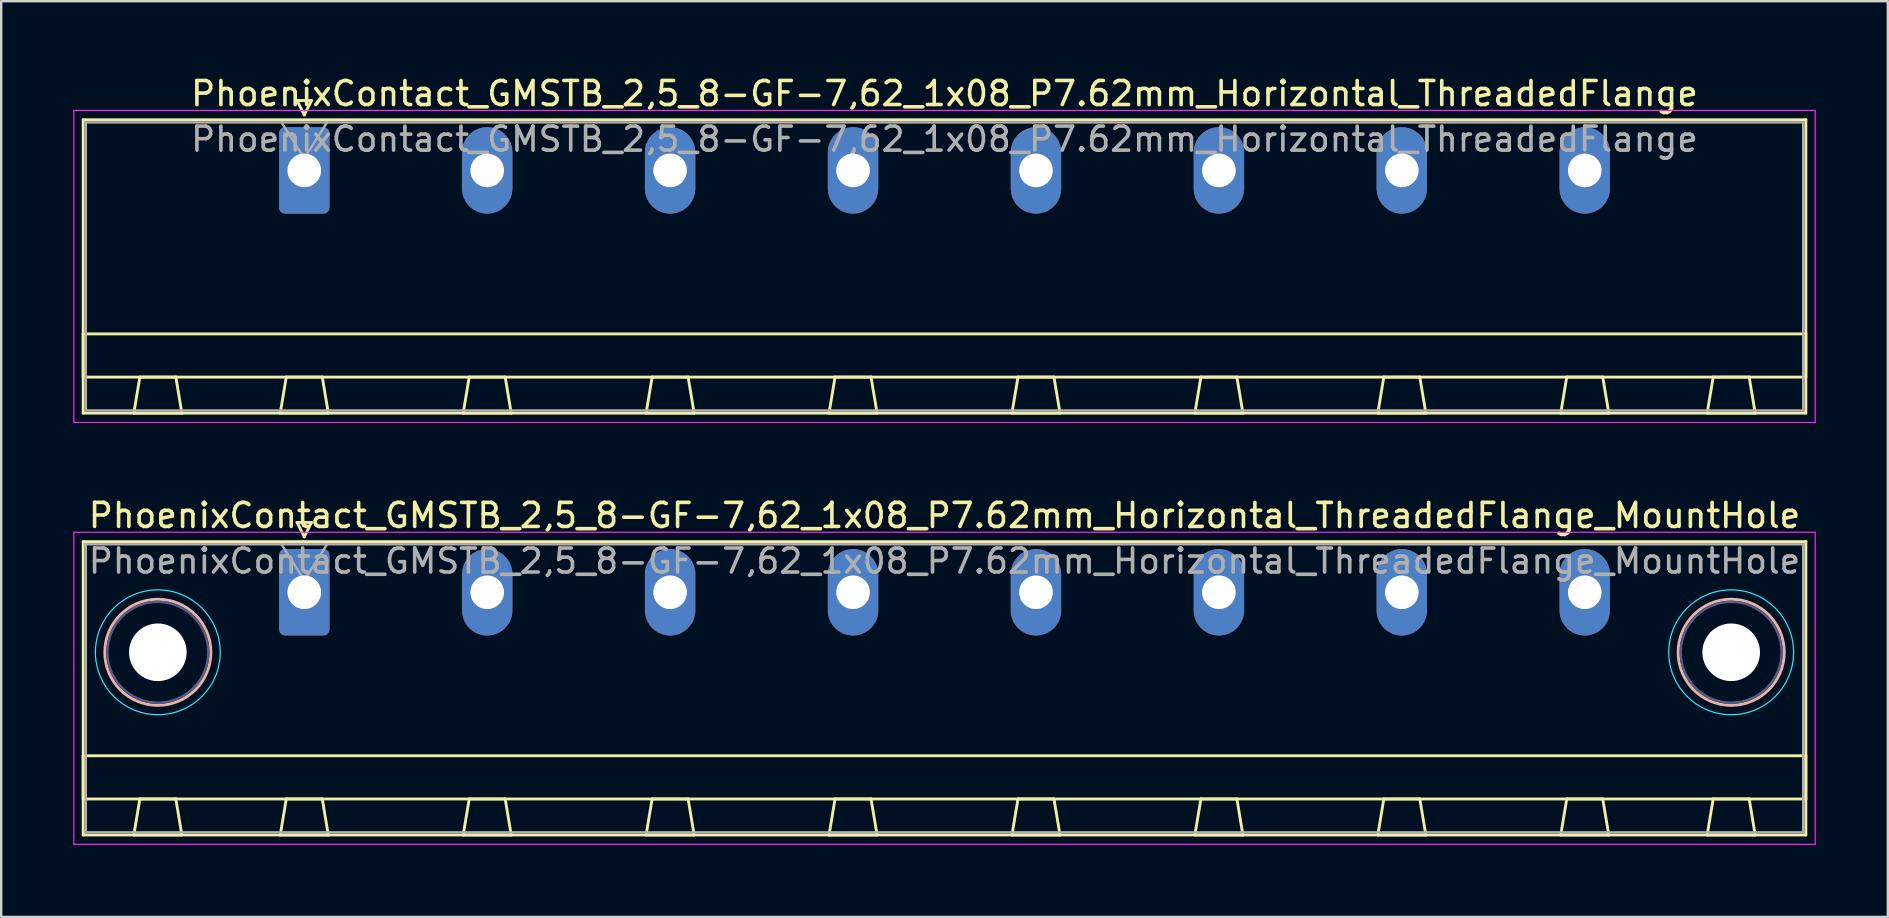
<source format=kicad_pcb>
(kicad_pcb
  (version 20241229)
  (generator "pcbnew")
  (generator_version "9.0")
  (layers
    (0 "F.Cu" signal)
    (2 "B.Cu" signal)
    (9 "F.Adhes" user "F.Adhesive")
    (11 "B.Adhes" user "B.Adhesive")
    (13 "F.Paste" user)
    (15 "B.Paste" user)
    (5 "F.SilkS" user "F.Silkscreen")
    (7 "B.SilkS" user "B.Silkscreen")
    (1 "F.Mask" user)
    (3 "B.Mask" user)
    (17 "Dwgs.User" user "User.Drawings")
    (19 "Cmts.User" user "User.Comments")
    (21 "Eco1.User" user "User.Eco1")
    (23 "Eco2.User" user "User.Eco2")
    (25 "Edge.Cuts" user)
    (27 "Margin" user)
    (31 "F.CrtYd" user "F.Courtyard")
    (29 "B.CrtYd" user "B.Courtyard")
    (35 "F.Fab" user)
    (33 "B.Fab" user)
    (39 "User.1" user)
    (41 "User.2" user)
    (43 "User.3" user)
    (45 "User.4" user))
  (footprint "PhoenixContact_GMSTB_2,5_8-GF-7,62_1x08_P7.62mm_Horizontal_ThreadedFlange"
    (layer "F.Cu")
    (at 9.625 4.048)
    (property "Reference" "PhoenixContact_GMSTB_2,5_8-GF-7,62_1x08_P7.62mm_Horizontal_ThreadedFlange" (at 26.67 -3.2 0) (layer "F.SilkS") (effects (font (size 1 1) (thickness 0.15))))
    (attr through_hole)
    (fp_line (start -9.21 -2.11) (end -9.21 10.11) (stroke (width 0.12) (type solid)) (layer "F.SilkS"))
    (fp_line (start -9.21 6.81) (end 62.55 6.81) (stroke (width 0.12) (type solid)) (layer "F.SilkS"))
    (fp_line (start -9.21 8.61) (end -9.21 6.81) (stroke (width 0.12) (type solid)) (layer "F.SilkS"))
    (fp_line (start -9.21 10.11) (end 62.55 10.11) (stroke (width 0.12) (type solid)) (layer "F.SilkS"))
    (fp_line (start -7.1 10.11) (end -5.1 10.11) (stroke (width 0.12) (type solid)) (layer "F.SilkS"))
    (fp_line (start -6.85 8.61) (end -7.1 10.11) (stroke (width 0.12) (type solid)) (layer "F.SilkS"))
    (fp_line (start -5.35 8.61) (end -6.85 8.61) (stroke (width 0.12) (type solid)) (layer "F.SilkS"))
    (fp_line (start -5.1 10.11) (end -5.35 8.61) (stroke (width 0.12) (type solid)) (layer "F.SilkS"))
    (fp_line (start -1 10.11) (end 1 10.11) (stroke (width 0.12) (type solid)) (layer "F.SilkS"))
    (fp_line (start -0.75 8.61) (end -1 10.11) (stroke (width 0.12) (type solid)) (layer "F.SilkS"))
    (fp_line (start -0.3 -2.91) (end 0.3 -2.91) (stroke (width 0.12) (type solid)) (layer "F.SilkS"))
    (fp_line (start 0 -2.31) (end -0.3 -2.91) (stroke (width 0.12) (type solid)) (layer "F.SilkS"))
    (fp_line (start 0.3 -2.91) (end 0 -2.31) (stroke (width 0.12) (type solid)) (layer "F.SilkS"))
    (fp_line (start 0.75 8.61) (end -0.75 8.61) (stroke (width 0.12) (type solid)) (layer "F.SilkS"))
    (fp_line (start 1 10.11) (end 0.75 8.61) (stroke (width 0.12) (type solid)) (layer "F.SilkS"))
    (fp_line (start 6.62 10.11) (end 8.62 10.11) (stroke (width 0.12) (type solid)) (layer "F.SilkS"))
    (fp_line (start 6.87 8.61) (end 6.62 10.11) (stroke (width 0.12) (type solid)) (layer "F.SilkS"))
    (fp_line (start 8.37 8.61) (end 6.87 8.61) (stroke (width 0.12) (type solid)) (layer "F.SilkS"))
    (fp_line (start 8.62 10.11) (end 8.37 8.61) (stroke (width 0.12) (type solid)) (layer "F.SilkS"))
    (fp_line (start 14.24 10.11) (end 16.24 10.11) (stroke (width 0.12) (type solid)) (layer "F.SilkS"))
    (fp_line (start 14.49 8.61) (end 14.24 10.11) (stroke (width 0.12) (type solid)) (layer "F.SilkS"))
    (fp_line (start 15.99 8.61) (end 14.49 8.61) (stroke (width 0.12) (type solid)) (layer "F.SilkS"))
    (fp_line (start 16.24 10.11) (end 15.99 8.61) (stroke (width 0.12) (type solid)) (layer "F.SilkS"))
    (fp_line (start 21.86 10.11) (end 23.86 10.11) (stroke (width 0.12) (type solid)) (layer "F.SilkS"))
    (fp_line (start 22.11 8.61) (end 21.86 10.11) (stroke (width 0.12) (type solid)) (layer "F.SilkS"))
    (fp_line (start 23.61 8.61) (end 22.11 8.61) (stroke (width 0.12) (type solid)) (layer "F.SilkS"))
    (fp_line (start 23.86 10.11) (end 23.61 8.61) (stroke (width 0.12) (type solid)) (layer "F.SilkS"))
    (fp_line (start 29.48 10.11) (end 31.48 10.11) (stroke (width 0.12) (type solid)) (layer "F.SilkS"))
    (fp_line (start 29.73 8.61) (end 29.48 10.11) (stroke (width 0.12) (type solid)) (layer "F.SilkS"))
    (fp_line (start 31.23 8.61) (end 29.73 8.61) (stroke (width 0.12) (type solid)) (layer "F.SilkS"))
    (fp_line (start 31.48 10.11) (end 31.23 8.61) (stroke (width 0.12) (type solid)) (layer "F.SilkS"))
    (fp_line (start 37.1 10.11) (end 39.1 10.11) (stroke (width 0.12) (type solid)) (layer "F.SilkS"))
    (fp_line (start 37.35 8.61) (end 37.1 10.11) (stroke (width 0.12) (type solid)) (layer "F.SilkS"))
    (fp_line (start 38.85 8.61) (end 37.35 8.61) (stroke (width 0.12) (type solid)) (layer "F.SilkS"))
    (fp_line (start 39.1 10.11) (end 38.85 8.61) (stroke (width 0.12) (type solid)) (layer "F.SilkS"))
    (fp_line (start 44.72 10.11) (end 46.72 10.11) (stroke (width 0.12) (type solid)) (layer "F.SilkS"))
    (fp_line (start 44.97 8.61) (end 44.72 10.11) (stroke (width 0.12) (type solid)) (layer "F.SilkS"))
    (fp_line (start 46.47 8.61) (end 44.97 8.61) (stroke (width 0.12) (type solid)) (layer "F.SilkS"))
    (fp_line (start 46.72 10.11) (end 46.47 8.61) (stroke (width 0.12) (type solid)) (layer "F.SilkS"))
    (fp_line (start 52.34 10.11) (end 54.34 10.11) (stroke (width 0.12) (type solid)) (layer "F.SilkS"))
    (fp_line (start 52.59 8.61) (end 52.34 10.11) (stroke (width 0.12) (type solid)) (layer "F.SilkS"))
    (fp_line (start 54.09 8.61) (end 52.59 8.61) (stroke (width 0.12) (type solid)) (layer "F.SilkS"))
    (fp_line (start 54.34 10.11) (end 54.09 8.61) (stroke (width 0.12) (type solid)) (layer "F.SilkS"))
    (fp_line (start 58.44 10.11) (end 60.44 10.11) (stroke (width 0.12) (type solid)) (layer "F.SilkS"))
    (fp_line (start 58.69 8.61) (end 58.44 10.11) (stroke (width 0.12) (type solid)) (layer "F.SilkS"))
    (fp_line (start 60.19 8.61) (end 58.69 8.61) (stroke (width 0.12) (type solid)) (layer "F.SilkS"))
    (fp_line (start 60.44 10.11) (end 60.19 8.61) (stroke (width 0.12) (type solid)) (layer "F.SilkS"))
    (fp_line (start 62.55 -2.11) (end -9.21 -2.11) (stroke (width 0.12) (type solid)) (layer "F.SilkS"))
    (fp_line (start 62.55 6.81) (end 62.55 8.61) (stroke (width 0.12) (type solid)) (layer "F.SilkS"))
    (fp_line (start 62.55 8.61) (end -9.21 8.61) (stroke (width 0.12) (type solid)) (layer "F.SilkS"))
    (fp_line (start 62.55 10.11) (end 62.55 -2.11) (stroke (width 0.12) (type solid)) (layer "F.SilkS"))
    (fp_line (start -9.6 -2.5) (end -9.6 10.5) (stroke (width 0.05) (type solid)) (layer "F.CrtYd"))
    (fp_line (start -9.6 10.5) (end 62.94 10.5) (stroke (width 0.05) (type solid)) (layer "F.CrtYd"))
    (fp_line (start 62.94 -2.5) (end -9.6 -2.5) (stroke (width 0.05) (type solid)) (layer "F.CrtYd"))
    (fp_line (start 62.94 10.5) (end 62.94 -2.5) (stroke (width 0.05) (type solid)) (layer "F.CrtYd"))
    (fp_line (start -9.1 -2) (end -9.1 10) (stroke (width 0.1) (type solid)) (layer "F.Fab"))
    (fp_line (start -9.1 10) (end 62.44 10) (stroke (width 0.1) (type solid)) (layer "F.Fab"))
    (fp_line (start 0 -0.5) (end -0.95 -2) (stroke (width 0.1) (type solid)) (layer "F.Fab"))
    (fp_line (start 0.95 -2) (end 0 -0.5) (stroke (width 0.1) (type solid)) (layer "F.Fab"))
    (fp_line (start 62.44 -2) (end -9.1 -2) (stroke (width 0.1) (type solid)) (layer "F.Fab"))
    (fp_line (start 62.44 10) (end 62.44 -2) (stroke (width 0.1) (type solid)) (layer "F.Fab"))
    (fp_text user "${REFERENCE}" (at 26.67 -1.3 0) (layer "F.Fab") (effects (font (size 1 1) (thickness 0.15))))
    (pad "1" thru_hole roundrect (at 0 0) (size 2.1 3.6) (drill 1.4) (layers "*.Cu" "*.Mask") (roundrect_rratio 0.119))
    (pad "2" thru_hole oval (at 7.62 0) (size 2.1 3.6) (drill 1.4) (layers "*.Cu" "*.Mask"))
    (pad "3" thru_hole oval (at 15.24 0) (size 2.1 3.6) (drill 1.4) (layers "*.Cu" "*.Mask"))
    (pad "4" thru_hole oval (at 22.86 0) (size 2.1 3.6) (drill 1.4) (layers "*.Cu" "*.Mask"))
    (pad "5" thru_hole oval (at 30.48 0) (size 2.1 3.6) (drill 1.4) (layers "*.Cu" "*.Mask"))
    (pad "6" thru_hole oval (at 38.1 0) (size 2.1 3.6) (drill 1.4) (layers "*.Cu" "*.Mask"))
    (pad "7" thru_hole oval (at 45.72 0) (size 2.1 3.6) (drill 1.4) (layers "*.Cu" "*.Mask"))
    (pad "8" thru_hole oval (at 53.34 0) (size 2.1 3.6) (drill 1.4) (layers "*.Cu" "*.Mask")))
  (footprint "PhoenixContact_GMSTB_2,5_8-GF-7,62_1x08_P7.62mm_Horizontal_ThreadedFlange_MountHole"
    (layer "F.Cu")
    (at 9.625 21.622)
    (property "Reference" "PhoenixContact_GMSTB_2,5_8-GF-7,62_1x08_P7.62mm_Horizontal_ThreadedFlange_MountHole" (at 26.67 -3.2 0) (layer "F.SilkS") (effects (font (size 1 1) (thickness 0.15))))
    (attr through_hole)
    (fp_line (start -9.21 -2.11) (end -9.21 10.11) (stroke (width 0.12) (type solid)) (layer "F.SilkS"))
    (fp_line (start -9.21 6.81) (end 62.55 6.81) (stroke (width 0.12) (type solid)) (layer "F.SilkS"))
    (fp_line (start -9.21 8.61) (end -9.21 6.81) (stroke (width 0.12) (type solid)) (layer "F.SilkS"))
    (fp_line (start -9.21 10.11) (end 62.55 10.11) (stroke (width 0.12) (type solid)) (layer "F.SilkS"))
    (fp_line (start -7.1 10.11) (end -5.1 10.11) (stroke (width 0.12) (type solid)) (layer "F.SilkS"))
    (fp_line (start -6.85 8.61) (end -7.1 10.11) (stroke (width 0.12) (type solid)) (layer "F.SilkS"))
    (fp_line (start -5.35 8.61) (end -6.85 8.61) (stroke (width 0.12) (type solid)) (layer "F.SilkS"))
    (fp_line (start -5.1 10.11) (end -5.35 8.61) (stroke (width 0.12) (type solid)) (layer "F.SilkS"))
    (fp_line (start -1 10.11) (end 1 10.11) (stroke (width 0.12) (type solid)) (layer "F.SilkS"))
    (fp_line (start -0.75 8.61) (end -1 10.11) (stroke (width 0.12) (type solid)) (layer "F.SilkS"))
    (fp_line (start -0.3 -2.91) (end 0.3 -2.91) (stroke (width 0.12) (type solid)) (layer "F.SilkS"))
    (fp_line (start 0 -2.31) (end -0.3 -2.91) (stroke (width 0.12) (type solid)) (layer "F.SilkS"))
    (fp_line (start 0.3 -2.91) (end 0 -2.31) (stroke (width 0.12) (type solid)) (layer "F.SilkS"))
    (fp_line (start 0.75 8.61) (end -0.75 8.61) (stroke (width 0.12) (type solid)) (layer "F.SilkS"))
    (fp_line (start 1 10.11) (end 0.75 8.61) (stroke (width 0.12) (type solid)) (layer "F.SilkS"))
    (fp_line (start 6.62 10.11) (end 8.62 10.11) (stroke (width 0.12) (type solid)) (layer "F.SilkS"))
    (fp_line (start 6.87 8.61) (end 6.62 10.11) (stroke (width 0.12) (type solid)) (layer "F.SilkS"))
    (fp_line (start 8.37 8.61) (end 6.87 8.61) (stroke (width 0.12) (type solid)) (layer "F.SilkS"))
    (fp_line (start 8.62 10.11) (end 8.37 8.61) (stroke (width 0.12) (type solid)) (layer "F.SilkS"))
    (fp_line (start 14.24 10.11) (end 16.24 10.11) (stroke (width 0.12) (type solid)) (layer "F.SilkS"))
    (fp_line (start 14.49 8.61) (end 14.24 10.11) (stroke (width 0.12) (type solid)) (layer "F.SilkS"))
    (fp_line (start 15.99 8.61) (end 14.49 8.61) (stroke (width 0.12) (type solid)) (layer "F.SilkS"))
    (fp_line (start 16.24 10.11) (end 15.99 8.61) (stroke (width 0.12) (type solid)) (layer "F.SilkS"))
    (fp_line (start 21.86 10.11) (end 23.86 10.11) (stroke (width 0.12) (type solid)) (layer "F.SilkS"))
    (fp_line (start 22.11 8.61) (end 21.86 10.11) (stroke (width 0.12) (type solid)) (layer "F.SilkS"))
    (fp_line (start 23.61 8.61) (end 22.11 8.61) (stroke (width 0.12) (type solid)) (layer "F.SilkS"))
    (fp_line (start 23.86 10.11) (end 23.61 8.61) (stroke (width 0.12) (type solid)) (layer "F.SilkS"))
    (fp_line (start 29.48 10.11) (end 31.48 10.11) (stroke (width 0.12) (type solid)) (layer "F.SilkS"))
    (fp_line (start 29.73 8.61) (end 29.48 10.11) (stroke (width 0.12) (type solid)) (layer "F.SilkS"))
    (fp_line (start 31.23 8.61) (end 29.73 8.61) (stroke (width 0.12) (type solid)) (layer "F.SilkS"))
    (fp_line (start 31.48 10.11) (end 31.23 8.61) (stroke (width 0.12) (type solid)) (layer "F.SilkS"))
    (fp_line (start 37.1 10.11) (end 39.1 10.11) (stroke (width 0.12) (type solid)) (layer "F.SilkS"))
    (fp_line (start 37.35 8.61) (end 37.1 10.11) (stroke (width 0.12) (type solid)) (layer "F.SilkS"))
    (fp_line (start 38.85 8.61) (end 37.35 8.61) (stroke (width 0.12) (type solid)) (layer "F.SilkS"))
    (fp_line (start 39.1 10.11) (end 38.85 8.61) (stroke (width 0.12) (type solid)) (layer "F.SilkS"))
    (fp_line (start 44.72 10.11) (end 46.72 10.11) (stroke (width 0.12) (type solid)) (layer "F.SilkS"))
    (fp_line (start 44.97 8.61) (end 44.72 10.11) (stroke (width 0.12) (type solid)) (layer "F.SilkS"))
    (fp_line (start 46.47 8.61) (end 44.97 8.61) (stroke (width 0.12) (type solid)) (layer "F.SilkS"))
    (fp_line (start 46.72 10.11) (end 46.47 8.61) (stroke (width 0.12) (type solid)) (layer "F.SilkS"))
    (fp_line (start 52.34 10.11) (end 54.34 10.11) (stroke (width 0.12) (type solid)) (layer "F.SilkS"))
    (fp_line (start 52.59 8.61) (end 52.34 10.11) (stroke (width 0.12) (type solid)) (layer "F.SilkS"))
    (fp_line (start 54.09 8.61) (end 52.59 8.61) (stroke (width 0.12) (type solid)) (layer "F.SilkS"))
    (fp_line (start 54.34 10.11) (end 54.09 8.61) (stroke (width 0.12) (type solid)) (layer "F.SilkS"))
    (fp_line (start 58.44 10.11) (end 60.44 10.11) (stroke (width 0.12) (type solid)) (layer "F.SilkS"))
    (fp_line (start 58.69 8.61) (end 58.44 10.11) (stroke (width 0.12) (type solid)) (layer "F.SilkS"))
    (fp_line (start 60.19 8.61) (end 58.69 8.61) (stroke (width 0.12) (type solid)) (layer "F.SilkS"))
    (fp_line (start 60.44 10.11) (end 60.19 8.61) (stroke (width 0.12) (type solid)) (layer "F.SilkS"))
    (fp_line (start 62.55 -2.11) (end -9.21 -2.11) (stroke (width 0.12) (type solid)) (layer "F.SilkS"))
    (fp_line (start 62.55 6.81) (end 62.55 8.61) (stroke (width 0.12) (type solid)) (layer "F.SilkS"))
    (fp_line (start 62.55 8.61) (end -9.21 8.61) (stroke (width 0.12) (type solid)) (layer "F.SilkS"))
    (fp_line (start 62.55 10.11) (end 62.55 -2.11) (stroke (width 0.12) (type solid)) (layer "F.SilkS"))
    (fp_circle (center -6.1 2.5) (end -3.89 2.5) (stroke (width 0.12) (type solid)) (fill no) (layer "B.SilkS"))
    (fp_circle (center 59.44 2.5) (end 61.65 2.5) (stroke (width 0.12) (type solid)) (fill no) (layer "B.SilkS"))
    (fp_circle (center -6.1 2.5) (end -3.5 2.5) (stroke (width 0.05) (type solid)) (fill no) (layer "B.CrtYd"))
    (fp_circle (center 59.44 2.5) (end 62.04 2.5) (stroke (width 0.05) (type solid)) (fill no) (layer "B.CrtYd"))
    (fp_line (start -9.6 -2.5) (end -9.6 10.5) (stroke (width 0.05) (type solid)) (layer "F.CrtYd"))
    (fp_line (start -9.6 10.5) (end 62.94 10.5) (stroke (width 0.05) (type solid)) (layer "F.CrtYd"))
    (fp_line (start 62.94 -2.5) (end -9.6 -2.5) (stroke (width 0.05) (type solid)) (layer "F.CrtYd"))
    (fp_line (start 62.94 10.5) (end 62.94 -2.5) (stroke (width 0.05) (type solid)) (layer "F.CrtYd"))
    (fp_circle (center -6.1 2.5) (end -4 2.5) (stroke (width 0.1) (type solid)) (fill no) (layer "B.Fab"))
    (fp_circle (center 59.44 2.5) (end 61.54 2.5) (stroke (width 0.1) (type solid)) (fill no) (layer "B.Fab"))
    (fp_line (start -9.1 -2) (end -9.1 10) (stroke (width 0.1) (type solid)) (layer "F.Fab"))
    (fp_line (start -9.1 10) (end 62.44 10) (stroke (width 0.1) (type solid)) (layer "F.Fab"))
    (fp_line (start 0 -0.5) (end -0.95 -2) (stroke (width 0.1) (type solid)) (layer "F.Fab"))
    (fp_line (start 0.95 -2) (end 0 -0.5) (stroke (width 0.1) (type solid)) (layer "F.Fab"))
    (fp_line (start 62.44 -2) (end -9.1 -2) (stroke (width 0.1) (type solid)) (layer "F.Fab"))
    (fp_line (start 62.44 10) (end 62.44 -2) (stroke (width 0.1) (type solid)) (layer "F.Fab"))
    (fp_text user "${REFERENCE}" (at 26.67 -1.3 0) (layer "F.Fab") (effects (font (size 1 1) (thickness 0.15))))
    (pad "" np_thru_hole circle (at -6.1 2.5) (size 2.4 2.4) (drill 2.4) (layers "*.Cu" "*.Mask"))
    (pad "" np_thru_hole circle (at 59.44 2.5) (size 2.4 2.4) (drill 2.4) (layers "*.Cu" "*.Mask"))
    (pad "1" thru_hole roundrect (at 0 0) (size 2.1 3.6) (drill 1.4) (layers "*.Cu" "*.Mask") (roundrect_rratio 0.119))
    (pad "2" thru_hole oval (at 7.62 0) (size 2.1 3.6) (drill 1.4) (layers "*.Cu" "*.Mask"))
    (pad "3" thru_hole oval (at 15.24 0) (size 2.1 3.6) (drill 1.4) (layers "*.Cu" "*.Mask"))
    (pad "4" thru_hole oval (at 22.86 0) (size 2.1 3.6) (drill 1.4) (layers "*.Cu" "*.Mask"))
    (pad "5" thru_hole oval (at 30.48 0) (size 2.1 3.6) (drill 1.4) (layers "*.Cu" "*.Mask"))
    (pad "6" thru_hole oval (at 38.1 0) (size 2.1 3.6) (drill 1.4) (layers "*.Cu" "*.Mask"))
    (pad "7" thru_hole oval (at 45.72 0) (size 2.1 3.6) (drill 1.4) (layers "*.Cu" "*.Mask"))
    (pad "8" thru_hole oval (at 53.34 0) (size 2.1 3.6) (drill 1.4) (layers "*.Cu" "*.Mask")))
  (gr_rect
    (start -3 -3)
    (end 75.59 35.147)
    (stroke (width 0.1) (type default))
    (fill no)
    (layer "Edge.Cuts")))
</source>
